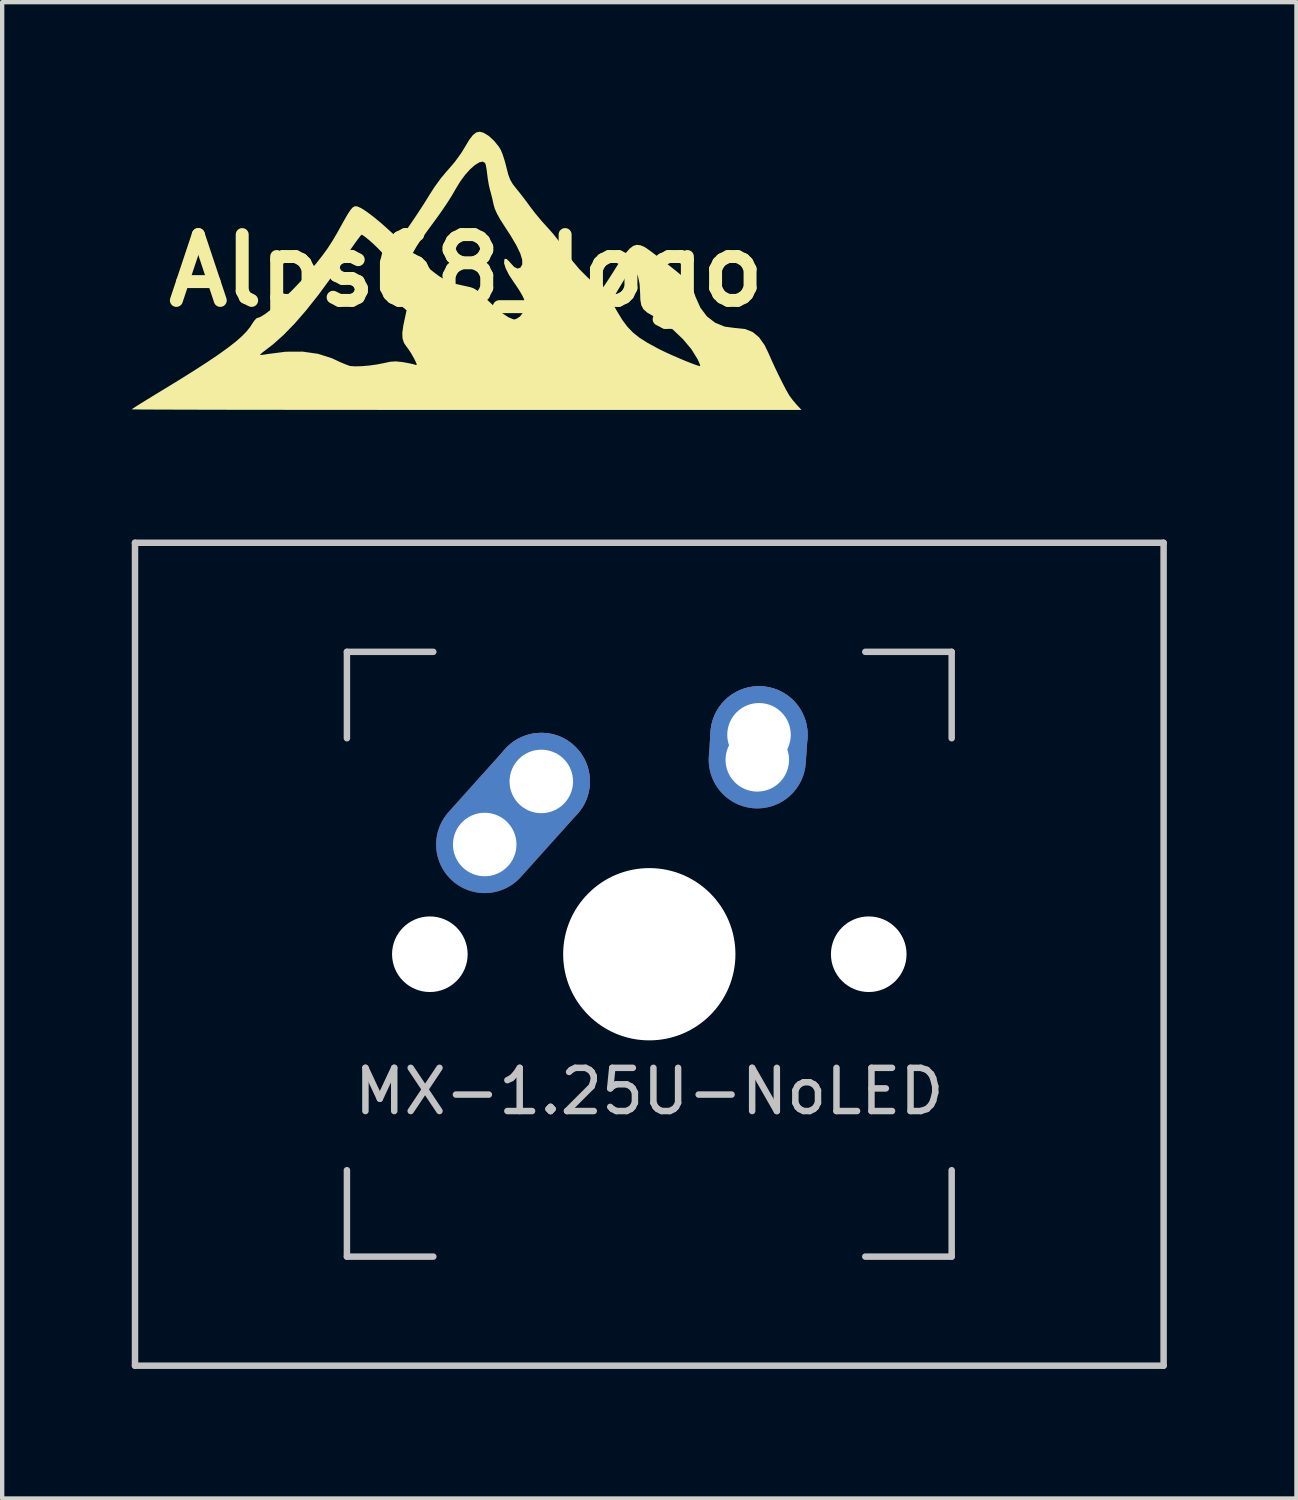
<source format=kicad_pcb>
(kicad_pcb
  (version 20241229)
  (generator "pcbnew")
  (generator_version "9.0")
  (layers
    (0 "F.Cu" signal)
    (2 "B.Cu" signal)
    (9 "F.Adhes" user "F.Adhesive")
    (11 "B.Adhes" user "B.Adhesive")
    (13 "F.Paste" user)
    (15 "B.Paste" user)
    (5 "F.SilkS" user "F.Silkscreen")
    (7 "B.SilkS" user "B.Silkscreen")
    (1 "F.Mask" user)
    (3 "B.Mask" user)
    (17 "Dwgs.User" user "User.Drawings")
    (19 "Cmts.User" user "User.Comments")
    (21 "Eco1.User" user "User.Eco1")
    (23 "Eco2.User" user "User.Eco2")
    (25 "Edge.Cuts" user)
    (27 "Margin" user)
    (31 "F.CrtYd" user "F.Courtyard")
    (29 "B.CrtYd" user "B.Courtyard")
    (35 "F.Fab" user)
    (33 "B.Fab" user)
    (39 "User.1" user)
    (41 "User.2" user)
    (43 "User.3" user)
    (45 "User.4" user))
  (footprint "Alps68_logo"
    (layer "F.Cu")
    (at 7.746 3.215)
    (property "Reference" "Alps68_logo" (at 0 0 0) (layer "F.SilkS") (effects (font (size 1.524 1.524) (thickness 0.3))))
    (attr board_only exclude_from_pos_files exclude_from_bom)
    (fp_poly (pts (xy 0.393 -3.194) (xy 0.518 -3.119) (xy 0.645 -3.002) (xy 0.755 -2.865) (xy 0.798 -2.792) (xy 0.837 -2.698) (xy 0.881 -2.564) (xy 0.922 -2.415) (xy 0.931 -2.375) (xy 0.972 -2.218) (xy 1.016 -2.103) (xy 1.072 -2.006) (xy 1.142 -1.916) (xy 1.229 -1.809) (xy 1.335 -1.672) (xy 1.442 -1.528) (xy 1.478 -1.479) (xy 1.595 -1.326) (xy 1.734 -1.159) (xy 1.868 -1.01) (xy 1.895 -0.981) (xy 2.016 -0.844) (xy 2.147 -0.677) (xy 2.266 -0.508) (xy 2.307 -0.443) (xy 2.451 -0.231) (xy 2.616 -0.034) (xy 2.797 0.147) (xy 2.914 0.255) (xy 3.015 0.345) (xy 3.089 0.407) (xy 3.125 0.432) (xy 3.126 0.432) (xy 3.152 0.405) (xy 3.205 0.331) (xy 3.28 0.219) (xy 3.371 0.078) (xy 3.44 -0.033) (xy 3.575 -0.245) (xy 3.686 -0.402) (xy 3.781 -0.51) (xy 3.865 -0.573) (xy 3.946 -0.597) (xy 4.03 -0.587) (xy 4.122 -0.549) (xy 4.182 -0.51) (xy 4.282 -0.438) (xy 4.411 -0.341) (xy 4.556 -0.229) (xy 4.708 -0.109) (xy 4.855 0.008) (xy 4.985 0.115) (xy 5.087 0.202) (xy 5.15 0.26) (xy 5.159 0.269) (xy 5.195 0.33) (xy 5.242 0.435) (xy 5.291 0.564) (xy 5.305 0.606) (xy 5.418 0.859) (xy 5.57 1.06) (xy 5.759 1.206) (xy 5.982 1.297) (xy 6.235 1.33) (xy 6.248 1.33) (xy 6.455 1.352) (xy 6.629 1.422) (xy 6.776 1.544) (xy 6.903 1.722) (xy 6.998 1.918) (xy 7.067 2.076) (xy 7.149 2.254) (xy 7.237 2.437) (xy 7.324 2.611) (xy 7.402 2.76) (xy 7.465 2.871) (xy 7.487 2.905) (xy 7.557 2.999) (xy 7.642 3.099) (xy 7.658 3.117) (xy 7.759 3.225) (xy 0.007 3.225) (xy -0.707 3.225) (xy -1.402 3.225) (xy -2.077 3.224) (xy -2.728 3.224) (xy -3.353 3.224) (xy -3.948 3.223) (xy -4.512 3.222) (xy -5.04 3.222) (xy -5.53 3.221) (xy -5.979 3.22) (xy -6.384 3.219) (xy -6.742 3.218) (xy -7.05 3.217) (xy -7.306 3.216) (xy -7.506 3.215) (xy -7.648 3.213) (xy -7.728 3.212) (xy -7.746 3.211) (xy -7.719 3.191) (xy -7.643 3.141) (xy -7.525 3.067) (xy -7.374 2.974) (xy -7.197 2.865) (xy -7.073 2.79) (xy -6.662 2.539) (xy -6.306 2.316) (xy -6 2.119) (xy -5.751 1.951) (xy -4.776 1.951) (xy -4.74 1.952) (xy -4.66 1.941) (xy -4.602 1.931) (xy -4.18 1.877) (xy -3.79 1.875) (xy -3.433 1.926) (xy -3.114 2.028) (xy -3.042 2.061) (xy -2.912 2.122) (xy -2.795 2.171) (xy -2.711 2.202) (xy -2.693 2.207) (xy -2.581 2.216) (xy -2.425 2.212) (xy -2.248 2.197) (xy -2.069 2.172) (xy -1.911 2.141) (xy -1.907 2.14) (xy -1.76 2.109) (xy -1.635 2.101) (xy -1.494 2.115) (xy -1.467 2.119) (xy -1.344 2.141) (xy -1.241 2.163) (xy -1.186 2.179) (xy -1.154 2.186) (xy -1.15 2.165) (xy -1.176 2.104) (xy -1.209 2.037) (xy -1.274 1.921) (xy -1.345 1.813) (xy -1.378 1.77) (xy -1.444 1.674) (xy -1.478 1.569) (xy -1.483 1.441) (xy -1.46 1.273) (xy -1.443 1.193) (xy -1.384 0.918) (xy -1.546 0.783) (xy -1.722 0.633) (xy -1.849 0.513) (xy -1.932 0.414) (xy -1.974 0.327) (xy -1.981 0.243) (xy -1.958 0.153) (xy -1.916 0.062) (xy -1.855 -0.071) (xy -1.834 -0.173) (xy -1.853 -0.264) (xy -1.912 -0.366) (xy -1.914 -0.369) (xy -1.934 -0.394) (xy -1.247 -0.394) (xy -1.031 -0.195) (xy -0.902 -0.082) (xy -0.76 0.032) (xy -0.635 0.125) (xy -0.62 0.134) (xy -0.525 0.196) (xy -0.439 0.242) (xy -0.347 0.278) (xy -0.23 0.311) (xy -0.072 0.347) (xy 0.016 0.366) (xy 0.103 0.386) (xy 0.174 0.413) (xy 0.242 0.454) (xy 0.322 0.52) (xy 0.426 0.619) (xy 0.507 0.699) (xy 0.678 0.86) (xy 0.837 0.989) (xy 0.974 1.079) (xy 1.082 1.125) (xy 1.118 1.13) (xy 1.167 1.111) (xy 1.237 1.065) (xy 1.241 1.062) (xy 1.32 0.961) (xy 1.354 0.826) (xy 1.341 0.706) (xy 3.355 0.706) (xy 3.494 0.95) (xy 3.611 1.142) (xy 3.728 1.299) (xy 3.856 1.432) (xy 4.007 1.553) (xy 4.195 1.672) (xy 4.43 1.8) (xy 4.488 1.83) (xy 4.617 1.892) (xy 4.766 1.96) (xy 4.923 2.028) (xy 5.077 2.093) (xy 5.215 2.147) (xy 5.326 2.188) (xy 5.396 2.209) (xy 5.414 2.21) (xy 5.407 2.176) (xy 5.377 2.103) (xy 5.351 2.048) (xy 5.208 1.817) (xy 5.013 1.585) (xy 4.782 1.366) (xy 4.529 1.173) (xy 4.32 1.049) (xy 4.185 0.97) (xy 4.098 0.892) (xy 4.049 0.798) (xy 4.027 0.671) (xy 4.023 0.526) (xy 4.01 0.308) (xy 3.974 0.134) (xy 3.915 0.012) (xy 3.887 -0.019) (xy 3.865 -0.041) (xy 3.846 -0.052) (xy 3.826 -0.047) (xy 3.798 -0.019) (xy 3.757 0.041) (xy 3.696 0.139) (xy 3.609 0.283) (xy 3.542 0.394) (xy 3.355 0.706) (xy 1.341 0.706) (xy 1.338 0.676) (xy 1.332 0.653) (xy 1.295 0.576) (xy 1.23 0.464) (xy 1.146 0.336) (xy 1.099 0.269) (xy 0.986 0.097) (xy 0.91 -0.053) (xy 0.873 -0.172) (xy 0.879 -0.254) (xy 0.891 -0.273) (xy 0.931 -0.27) (xy 0.993 -0.212) (xy 1.012 -0.189) (xy 1.104 -0.088) (xy 1.18 -0.048) (xy 1.246 -0.066) (xy 1.251 -0.07) (xy 1.294 -0.142) (xy 1.293 -0.25) (xy 1.248 -0.398) (xy 1.157 -0.587) (xy 1.02 -0.819) (xy 0.913 -0.982) (xy 0.794 -1.168) (xy 0.711 -1.314) (xy 0.658 -1.434) (xy 0.63 -1.531) (xy 0.6 -1.669) (xy 0.564 -1.808) (xy 0.549 -1.862) (xy 0.521 -1.979) (xy 0.496 -2.125) (xy 0.483 -2.229) (xy 0.468 -2.348) (xy 0.45 -2.443) (xy 0.434 -2.491) (xy 0.38 -2.524) (xy 0.3 -2.507) (xy 0.2 -2.446) (xy 0.088 -2.347) (xy -0.029 -2.217) (xy -0.143 -2.062) (xy -0.249 -1.888) (xy -0.263 -1.863) (xy -0.335 -1.738) (xy -0.436 -1.578) (xy -0.557 -1.399) (xy -0.685 -1.218) (xy -0.749 -1.131) (xy -0.868 -0.969) (xy -0.98 -0.814) (xy -1.074 -0.68) (xy -1.142 -0.578) (xy -1.168 -0.534) (xy -1.247 -0.394) (xy -1.934 -0.394) (xy -1.971 -0.438) (xy -2.056 -0.526) (xy -2.155 -0.621) (xy -2.256 -0.71) (xy -2.344 -0.782) (xy -2.407 -0.825) (xy -2.426 -0.831) (xy -2.452 -0.805) (xy -2.508 -0.732) (xy -2.589 -0.621) (xy -2.687 -0.48) (xy -2.794 -0.324) (xy -3.12 0.146) (xy -3.422 0.558) (xy -3.706 0.916) (xy -3.973 1.224) (xy -4.226 1.484) (xy -4.469 1.702) (xy -4.643 1.836) (xy -4.721 1.895) (xy -4.769 1.938) (xy -4.776 1.951) (xy -5.751 1.951) (xy -5.741 1.944) (xy -5.525 1.789) (xy -5.347 1.651) (xy -5.205 1.527) (xy -5.093 1.413) (xy -5.008 1.308) (xy -4.966 1.242) (xy -4.91 1.159) (xy -4.861 1.106) (xy -4.842 1.097) (xy -4.769 1.073) (xy -4.66 1.006) (xy -4.522 0.901) (xy -4.363 0.766) (xy -4.19 0.607) (xy -4.01 0.431) (xy -3.832 0.244) (xy -3.662 0.053) (xy -3.659 0.05) (xy -3.48 -0.162) (xy -3.337 -0.343) (xy -3.216 -0.509) (xy -3.107 -0.677) (xy -2.997 -0.862) (xy -2.928 -0.987) (xy -2.823 -1.175) (xy -2.744 -1.312) (xy -2.683 -1.404) (xy -2.634 -1.46) (xy -2.592 -1.486) (xy -2.55 -1.49) (xy -2.519 -1.485) (xy -2.434 -1.446) (xy -2.311 -1.367) (xy -2.16 -1.254) (xy -1.99 -1.115) (xy -1.811 -0.956) (xy -1.804 -0.949) (xy -1.702 -0.856) (xy -1.619 -0.782) (xy -1.566 -0.739) (xy -1.554 -0.731) (xy -1.526 -0.758) (xy -1.469 -0.831) (xy -1.39 -0.94) (xy -1.295 -1.076) (xy -1.191 -1.229) (xy -1.085 -1.389) (xy -0.983 -1.546) (xy -0.892 -1.692) (xy -0.864 -1.738) (xy -0.736 -1.938) (xy -0.594 -2.133) (xy -0.456 -2.299) (xy -0.42 -2.338) (xy -0.266 -2.518) (xy -0.119 -2.721) (xy -0.035 -2.859) (xy 0.066 -3.027) (xy 0.151 -3.138) (xy 0.229 -3.199) (xy 0.308 -3.215)) (stroke (width 0) (type solid)) (fill yes) (layer "F.SilkS")))
  (footprint "MX-1.25U-NoLED"
    (layer "F.Cu")
    (at 11.981 19.04)
    (property "Reference" "MX-1.25U-NoLED" (at 0 3.175 0) (layer "Dwgs.User") (effects (font (size 1 1) (thickness 0.15))))
    (attr through_hole)
    (fp_line (start -11.906 -9.525) (end 11.906 -9.525) (stroke (width 0.15) (type solid)) (layer "Dwgs.User"))
    (fp_line (start -11.906 9.525) (end -11.906 -9.525) (stroke (width 0.15) (type solid)) (layer "Dwgs.User"))
    (fp_line (start -7 -7) (end -7 -5) (stroke (width 0.15) (type solid)) (layer "Dwgs.User"))
    (fp_line (start -7 5) (end -7 7) (stroke (width 0.15) (type solid)) (layer "Dwgs.User"))
    (fp_line (start -7 7) (end -5 7) (stroke (width 0.15) (type solid)) (layer "Dwgs.User"))
    (fp_line (start -5 -7) (end -7 -7) (stroke (width 0.15) (type solid)) (layer "Dwgs.User"))
    (fp_line (start 5 -7) (end 7 -7) (stroke (width 0.15) (type solid)) (layer "Dwgs.User"))
    (fp_line (start 5 7) (end 7 7) (stroke (width 0.15) (type solid)) (layer "Dwgs.User"))
    (fp_line (start 7 -7) (end 7 -5) (stroke (width 0.15) (type solid)) (layer "Dwgs.User"))
    (fp_line (start 7 7) (end 7 5) (stroke (width 0.15) (type solid)) (layer "Dwgs.User"))
    (fp_line (start 11.906 -9.525) (end 11.906 9.525) (stroke (width 0.15) (type solid)) (layer "Dwgs.User"))
    (fp_line (start 11.906 9.525) (end -11.906 9.525) (stroke (width 0.15) (type solid)) (layer "Dwgs.User"))
    (pad "" np_thru_hole circle (at -5.08 0 48.1) (size 1.75 1.75) (drill 1.75) (layers "*.Cu" "*.Mask"))
    (pad "" np_thru_hole circle (at 0 0) (size 3.988 3.988) (drill 3.988) (layers "*.Cu" "*.Mask"))
    (pad "" np_thru_hole circle (at 5.08 0 48.1) (size 1.75 1.75) (drill 1.75) (layers "*.Cu" "*.Mask"))
    (pad "1" thru_hole oval (at -3.81 -2.54 48.099) (size 4.212 2.25) (drill 1.47 (offset 0.981 0)) (layers "*.Cu" "*.Mask"))
    (pad "1" thru_hole circle (at -2.5 -4) (size 2.25 2.25) (drill 1.47) (layers "*.Cu" "*.Mask"))
    (pad "2" thru_hole oval (at 2.5 -4.5 86.054) (size 2.831 2.25) (drill 1.47 (offset 0.291 0)) (layers "*.Cu" "*.Mask"))
    (pad "2" thru_hole circle (at 2.54 -5.08) (size 2.25 2.25) (drill 1.47) (layers "*.Cu" "*.Mask")))
  (gr_rect
    (start -3 -3)
    (end 26.962 31.64)
    (stroke (width 0.1) (type default))
    (fill no)
    (layer "Edge.Cuts")))
</source>
